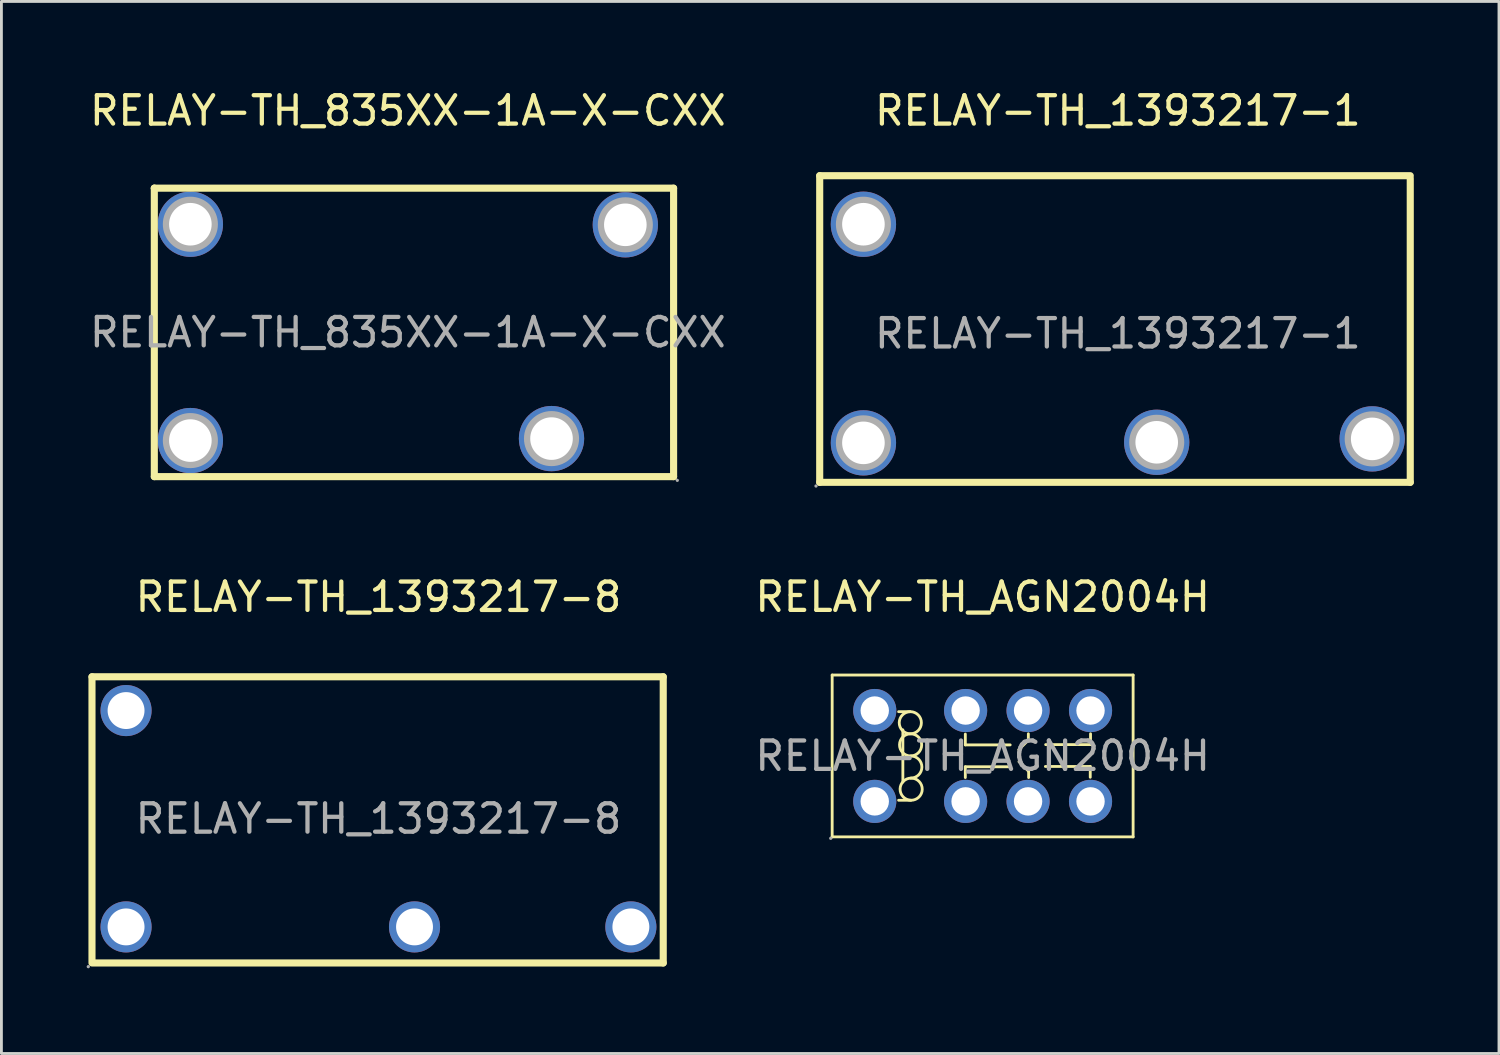
<source format=kicad_pcb>
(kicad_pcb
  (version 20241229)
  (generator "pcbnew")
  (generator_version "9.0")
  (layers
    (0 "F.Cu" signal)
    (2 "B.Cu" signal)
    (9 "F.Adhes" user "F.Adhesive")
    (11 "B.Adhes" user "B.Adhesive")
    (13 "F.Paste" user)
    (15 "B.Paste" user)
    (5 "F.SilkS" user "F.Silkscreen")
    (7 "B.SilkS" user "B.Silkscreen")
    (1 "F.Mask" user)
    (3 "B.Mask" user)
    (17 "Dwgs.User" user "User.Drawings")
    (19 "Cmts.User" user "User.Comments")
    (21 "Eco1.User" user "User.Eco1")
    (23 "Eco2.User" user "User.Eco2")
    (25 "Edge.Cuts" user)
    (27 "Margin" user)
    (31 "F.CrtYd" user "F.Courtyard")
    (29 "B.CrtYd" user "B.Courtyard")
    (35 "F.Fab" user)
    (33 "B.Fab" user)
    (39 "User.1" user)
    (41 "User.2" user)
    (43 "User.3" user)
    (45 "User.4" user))
  (footprint "RELAY-TH_1393217-1"
    (layer "F.Cu")
    (at 36.321 8.698)
    (property "Reference" "RELAY-TH_1393217-1" (at 0 -7.85 0) (layer "F.SilkS") (effects (font (size 1 1) (thickness 0.15))))
    (attr through_hole)
    (fp_line (start -10.5 -5.56) (end -10.5 5.24) (stroke (width 0.25) (type solid)) (layer "F.SilkS"))
    (fp_line (start -10.5 -5.56) (end 10.3 -5.56) (stroke (width 0.25) (type solid)) (layer "F.SilkS"))
    (fp_line (start -10.5 5.24) (end 10.3 5.24) (stroke (width 0.25) (type solid)) (layer "F.SilkS"))
    (fp_line (start 10.3 5.24) (end 10.3 -5.46) (stroke (width 0.25) (type solid)) (layer "F.SilkS"))
    (fp_circle (center -10.63 5.37) (end -10.6 5.37) (stroke (width 0.06) (type solid)) (fill no) (layer "F.Fab"))
    (fp_circle (center -8.96 -3.85) (end -8.64 -3.85) (stroke (width 0.65) (type solid)) (fill no) (layer "F.Fab"))
    (fp_circle (center -8.96 3.85) (end -8.64 3.85) (stroke (width 0.65) (type solid)) (fill no) (layer "F.Fab"))
    (fp_circle (center 1.37 3.83) (end 1.69 3.83) (stroke (width 0.65) (type solid)) (fill no) (layer "F.Fab"))
    (fp_circle (center 8.96 3.71) (end 9.28 3.71) (stroke (width 0.65) (type solid)) (fill no) (layer "F.Fab"))
    (fp_text user "${REFERENCE}" (at 0 0 0) (layer "F.Fab") (effects (font (size 1 1) (thickness 0.15))))
    (pad "11" thru_hole circle (at 8.96 3.71) (size 2.3 2.3) (drill 1.5) (layers "*.Cu" "*.Paste" "*.Mask"))
    (pad "14" thru_hole circle (at 1.37 3.83) (size 2.3 2.3) (drill 1.5) (layers "*.Cu" "*.Paste" "*.Mask"))
    (pad "A1" thru_hole circle (at -8.96 3.85) (size 2.3 2.3) (drill 1.5) (layers "*.Cu" "*.Paste" "*.Mask"))
    (pad "A2" thru_hole circle (at -8.96 -3.85) (size 2.3 2.3) (drill 1.5) (layers "*.Cu" "*.Paste" "*.Mask")))
  (footprint "RELAY-TH_1393217-8"
    (layer "F.Cu")
    (at 10.28 25.787)
    (property "Reference" "RELAY-TH_1393217-8" (at 0 -7.81 0) (layer "F.SilkS") (effects (font (size 1 1) (thickness 0.15))))
    (attr through_hole)
    (fp_line (start -10.09 -5) (end -10.09 5) (stroke (width 0.25) (type solid)) (layer "F.SilkS"))
    (fp_line (start -10.09 -5) (end 10.03 -5) (stroke (width 0.25) (type solid)) (layer "F.SilkS"))
    (fp_line (start 10.03 -5) (end 10.03 5.08) (stroke (width 0.25) (type solid)) (layer "F.SilkS"))
    (fp_line (start 10.03 5.08) (end -10.09 5.08) (stroke (width 0.25) (type solid)) (layer "F.SilkS"))
    (fp_circle (center -10.22 5.21) (end -10.19 5.21) (stroke (width 0.06) (type solid)) (fill no) (layer "F.Fab"))
    (fp_circle (center -8.89 -3.81) (end -8.61 -3.81) (stroke (width 0.55) (type solid)) (fill no) (layer "F.Fab"))
    (fp_circle (center -8.89 3.81) (end -8.61 3.81) (stroke (width 0.55) (type solid)) (fill no) (layer "F.Fab"))
    (fp_circle (center 1.27 3.81) (end 1.55 3.81) (stroke (width 0.55) (type solid)) (fill no) (layer "F.Fab"))
    (fp_circle (center 8.89 3.81) (end 9.17 3.81) (stroke (width 0.55) (type solid)) (fill no) (layer "F.Fab"))
    (fp_text user "${REFERENCE}" (at 0 0 0) (layer "F.Fab") (effects (font (size 1 1) (thickness 0.15))))
    (pad "1" thru_hole circle (at -8.89 3.81) (size 1.8 1.8) (drill 1.3) (layers "*.Cu" "*.Paste" "*.Mask"))
    (pad "2" thru_hole circle (at 8.89 3.81) (size 1.8 1.8) (drill 1.3) (layers "*.Cu" "*.Paste" "*.Mask"))
    (pad "3" thru_hole circle (at 1.27 3.81) (size 1.8 1.8) (drill 1.3) (layers "*.Cu" "*.Paste" "*.Mask"))
    (pad "4" thru_hole circle (at -8.89 -3.81) (size 1.8 1.8) (drill 1.3) (layers "*.Cu" "*.Paste" "*.Mask")))
  (footprint "RELAY-TH_835XX-1A-X-CXX"
    (layer "F.Cu")
    (at 11.315 8.658)
    (property "Reference" "RELAY-TH_835XX-1A-X-CXX" (at 0 -7.81 0) (layer "F.SilkS") (effects (font (size 1 1) (thickness 0.15))))
    (attr through_hole)
    (fp_line (start -8.93 -5.08) (end -8.93 -5.08) (stroke (width 0.25) (type solid)) (layer "F.SilkS"))
    (fp_line (start -8.93 -5.08) (end -8.93 5.08) (stroke (width 0.25) (type solid)) (layer "F.SilkS"))
    (fp_line (start -8.93 5.08) (end 9.36 5.08) (stroke (width 0.25) (type solid)) (layer "F.SilkS"))
    (fp_line (start 9.36 -5.08) (end -8.93 -5.08) (stroke (width 0.25) (type solid)) (layer "F.SilkS"))
    (fp_line (start 9.36 5.08) (end 9.36 -5.08) (stroke (width 0.25) (type solid)) (layer "F.SilkS"))
    (fp_circle (center -7.66 -3.81) (end -7.34 -3.81) (stroke (width 0.65) (type solid)) (fill no) (layer "F.Fab"))
    (fp_circle (center -7.66 3.81) (end -7.34 3.81) (stroke (width 0.65) (type solid)) (fill no) (layer "F.Fab"))
    (fp_circle (center 5.06 3.74) (end 5.38 3.74) (stroke (width 0.65) (type solid)) (fill no) (layer "F.Fab"))
    (fp_circle (center 7.66 -3.79) (end 7.98 -3.79) (stroke (width 0.65) (type solid)) (fill no) (layer "F.Fab"))
    (fp_circle (center 9.49 5.21) (end 9.52 5.21) (stroke (width 0.06) (type solid)) (fill no) (layer "F.Fab"))
    (fp_text user "${REFERENCE}" (at 0 0 0) (layer "F.Fab") (effects (font (size 1 1) (thickness 0.15))))
    (pad "1" thru_hole circle (at 5.06 3.74) (size 2.3 2.3) (drill 1.5) (layers "*.Cu" "*.Paste" "*.Mask"))
    (pad "2" thru_hole circle (at 7.66 -3.79) (size 2.3 2.3) (drill 1.5) (layers "*.Cu" "*.Paste" "*.Mask"))
    (pad "3" thru_hole circle (at -7.66 3.81) (size 2.3 2.3) (drill 1.5) (layers "*.Cu" "*.Paste" "*.Mask"))
    (pad "4" thru_hole circle (at -7.66 -3.81) (size 2.3 2.3) (drill 1.5) (layers "*.Cu" "*.Paste" "*.Mask")))
  (footprint "RELAY-TH_AGN2004H"
    (layer "F.Cu")
    (at 31.56 23.576)
    (property "Reference" "RELAY-TH_AGN2004H" (at 0 -5.6 0) (layer "F.SilkS") (effects (font (size 1 1) (thickness 0.15))))
    (attr through_hole)
    (fp_line (start -5.3 -2.85) (end -5.3 2.85) (stroke (width 0.1) (type solid)) (layer "F.SilkS"))
    (fp_line (start -2.81 -0.92) (end -2.81 0.92) (stroke (width 0.1) (type solid)) (layer "F.SilkS"))
    (fp_line (start -2.56 -1.56) (end -2.96 -1.56) (stroke (width 0.1) (type solid)) (layer "F.SilkS"))
    (fp_line (start -2.53 1.56) (end -2.96 1.56) (stroke (width 0.1) (type solid)) (layer "F.SilkS"))
    (fp_line (start -0.61 -0.77) (end -0.61 -0.39) (stroke (width 0.1) (type solid)) (layer "F.SilkS"))
    (fp_line (start -0.61 -0.39) (end 0.97 -0.39) (stroke (width 0.1) (type solid)) (layer "F.SilkS"))
    (fp_line (start -0.61 0.38) (end 0.97 0.38) (stroke (width 0.1) (type solid)) (layer "F.SilkS"))
    (fp_line (start -0.61 0.76) (end -0.61 0.38) (stroke (width 0.1) (type solid)) (layer "F.SilkS"))
    (fp_line (start 1.61 -0.78) (end 1.61 -0.56) (stroke (width 0.1) (type solid)) (layer "F.SilkS"))
    (fp_line (start 1.61 -0.56) (end 1.27 -0.22) (stroke (width 0.1) (type solid)) (layer "F.SilkS"))
    (fp_line (start 1.62 0.54) (end 1.28 0.2) (stroke (width 0.1) (type solid)) (layer "F.SilkS"))
    (fp_line (start 1.62 0.76) (end 1.62 0.54) (stroke (width 0.1) (type solid)) (layer "F.SilkS"))
    (fp_line (start 3.79 0.37) (end 2.21 0.37) (stroke (width 0.1) (type solid)) (layer "F.SilkS"))
    (fp_line (start 3.79 0.75) (end 3.79 0.37) (stroke (width 0.1) (type solid)) (layer "F.SilkS"))
    (fp_line (start 3.8 -0.78) (end 3.8 -0.4) (stroke (width 0.1) (type solid)) (layer "F.SilkS"))
    (fp_line (start 3.8 -0.4) (end 2.22 -0.4) (stroke (width 0.1) (type solid)) (layer "F.SilkS"))
    (fp_line (start 5.3 -2.85) (end -5.3 -2.85) (stroke (width 0.1) (type solid)) (layer "F.SilkS"))
    (fp_line (start 5.3 -2.85) (end 5.3 2.85) (stroke (width 0.1) (type solid)) (layer "F.SilkS"))
    (fp_line (start 5.3 2.85) (end -5.3 2.85) (stroke (width 0.1) (type solid)) (layer "F.SilkS"))
    (fp_arc (start -2.556806 -0.780059) (mid -2.546597 -1.559986) (end -2.55 -0.78) (stroke (width 0.1) (type solid)) (layer "F.SilkS"))
    (fp_arc (start -2.546806 -0.000059) (mid -2.536597 -0.779986) (end -2.54 0) (stroke (width 0.1) (type solid)) (layer "F.SilkS"))
    (fp_arc (start -2.53 0) (mid -2.14 0.39) (end -2.53 0.78) (stroke (width 0.1) (type solid)) (layer "F.SilkS"))
    (fp_arc (start -2.526806 1.559941) (mid -2.516597 0.780014) (end -2.52 1.56) (stroke (width 0.1) (type solid)) (layer "F.SilkS"))
    (fp_circle (center -5.35 2.9) (end -5.32 2.9) (stroke (width 0.06) (type solid)) (fill no) (layer "F.Fab"))
    (fp_circle (center -3.8 -1.6) (end -3.6 -1.6) (stroke (width 0.4) (type solid)) (fill no) (layer "F.Fab"))
    (fp_circle (center -3.8 1.6) (end -3.6 1.6) (stroke (width 0.4) (type solid)) (fill no) (layer "F.Fab"))
    (fp_circle (center -0.6 -1.6) (end -0.4 -1.6) (stroke (width 0.4) (type solid)) (fill no) (layer "F.Fab"))
    (fp_circle (center -0.6 1.6) (end -0.4 1.6) (stroke (width 0.4) (type solid)) (fill no) (layer "F.Fab"))
    (fp_circle (center 1.6 -1.6) (end 1.8 -1.6) (stroke (width 0.4) (type solid)) (fill no) (layer "F.Fab"))
    (fp_circle (center 1.6 1.6) (end 1.8 1.6) (stroke (width 0.4) (type solid)) (fill no) (layer "F.Fab"))
    (fp_circle (center 3.8 -1.6) (end 4 -1.6) (stroke (width 0.4) (type solid)) (fill no) (layer "F.Fab"))
    (fp_circle (center 3.8 1.6) (end 4 1.6) (stroke (width 0.4) (type solid)) (fill no) (layer "F.Fab"))
    (fp_text user "${REFERENCE}" (at 0 0 0) (layer "F.Fab") (effects (font (size 1 1) (thickness 0.15))))
    (pad "1" thru_hole circle (at -3.8 1.6 270) (size 1.52 1.52) (drill 1) (layers "*.Cu" "*.Paste" "*.Mask"))
    (pad "2" thru_hole circle (at -0.6 1.6 270) (size 1.52 1.52) (drill 1) (layers "*.Cu" "*.Paste" "*.Mask"))
    (pad "3" thru_hole circle (at 1.6 1.6 270) (size 1.52 1.52) (drill 1) (layers "*.Cu" "*.Paste" "*.Mask"))
    (pad "4" thru_hole circle (at 3.8 1.6 270) (size 1.52 1.52) (drill 1) (layers "*.Cu" "*.Paste" "*.Mask"))
    (pad "5" thru_hole circle (at 3.8 -1.6 270) (size 1.52 1.52) (drill 1) (layers "*.Cu" "*.Paste" "*.Mask"))
    (pad "6" thru_hole circle (at 1.6 -1.6 270) (size 1.52 1.52) (drill 1) (layers "*.Cu" "*.Paste" "*.Mask"))
    (pad "7" thru_hole circle (at -0.6 -1.6 270) (size 1.52 1.52) (drill 1) (layers "*.Cu" "*.Paste" "*.Mask"))
    (pad "8" thru_hole circle (at -3.8 -1.6 270) (size 1.52 1.52) (drill 1) (layers "*.Cu" "*.Paste" "*.Mask")))
  (gr_rect
    (start -3 -3)
    (end 49.746 34.056)
    (stroke (width 0.1) (type default))
    (fill no)
    (layer "Edge.Cuts")))
</source>
